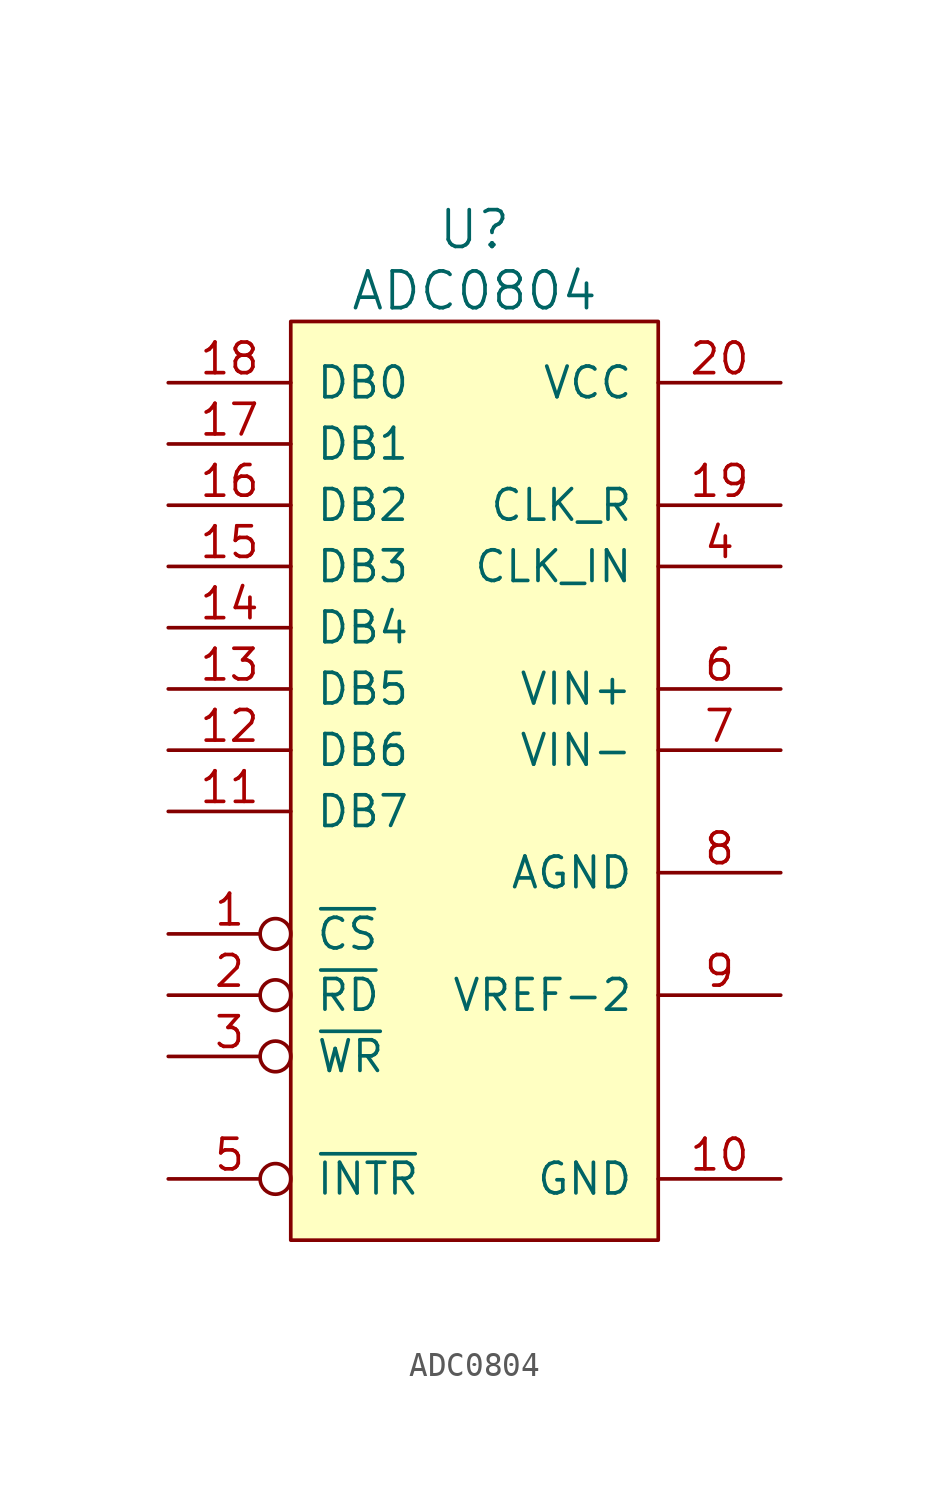
<source format=kicad_sym>
(kicad_symbol_lib
  (version 20211014)
  (generator kicad_symbol_editor)
  (symbol "ADC0804"
    (pin_names
      (offset 1.016))
    (property "Reference" "U"
      (at 0 21.59 0)
      (effects (font (size 1.524 1.524))))
    (property "Value" "ADC0804"
      (at 0 19.05 0)
      (effects (font (size 1.524 1.524))))
    (symbol "ADC0804_0_1"
      (rectangle (start -7.62 17.78) (end 7.62 -20.32) (stroke (width 0) (type default) (color 0 0 0 0)) (fill (type background))))
    (symbol "ADC0804_1_1"
      (pin input inverted (at -12.7 -7.62 0) (length 5.08) (name "~{CS}" (effects (font (size 1.27 1.27)))) (number "1" (effects (font (size 1.27 1.27)))))
      (pin power_in line (at 12.7 -17.78 180) (length 5.08) (name "GND" (effects (font (size 1.27 1.27)))) (number "10" (effects (font (size 1.27 1.27)))))
      (pin bidirectional line (at -12.7 -2.54 0) (length 5.08) (name "DB7" (effects (font (size 1.27 1.27)))) (number "11" (effects (font (size 1.27 1.27)))))
      (pin bidirectional line (at -12.7 0 0) (length 5.08) (name "DB6" (effects (font (size 1.27 1.27)))) (number "12" (effects (font (size 1.27 1.27)))))
      (pin bidirectional line (at -12.7 2.54 0) (length 5.08) (name "DB5" (effects (font (size 1.27 1.27)))) (number "13" (effects (font (size 1.27 1.27)))))
      (pin bidirectional line (at -12.7 5.08 0) (length 5.08) (name "DB4" (effects (font (size 1.27 1.27)))) (number "14" (effects (font (size 1.27 1.27)))))
      (pin bidirectional line (at -12.7 7.62 0) (length 5.08) (name "DB3" (effects (font (size 1.27 1.27)))) (number "15" (effects (font (size 1.27 1.27)))))
      (pin bidirectional line (at -12.7 10.16 0) (length 5.08) (name "DB2" (effects (font (size 1.27 1.27)))) (number "16" (effects (font (size 1.27 1.27)))))
      (pin bidirectional line (at -12.7 12.7 0) (length 5.08) (name "DB1" (effects (font (size 1.27 1.27)))) (number "17" (effects (font (size 1.27 1.27)))))
      (pin bidirectional line (at -12.7 15.24 0) (length 5.08) (name "DB0" (effects (font (size 1.27 1.27)))) (number "18" (effects (font (size 1.27 1.27)))))
      (pin input line (at 12.7 10.16 180) (length 5.08) (name "CLK_R" (effects (font (size 1.27 1.27)))) (number "19" (effects (font (size 1.27 1.27)))))
      (pin input inverted (at -12.7 -10.16 0) (length 5.08) (name "~{RD}" (effects (font (size 1.27 1.27)))) (number "2" (effects (font (size 1.27 1.27)))))
      (pin power_in line (at 12.7 15.24 180) (length 5.08) (name "VCC" (effects (font (size 1.27 1.27)))) (number "20" (effects (font (size 1.27 1.27)))))
      (pin input inverted (at -12.7 -12.7 0) (length 5.08) (name "~{WR}" (effects (font (size 1.27 1.27)))) (number "3" (effects (font (size 1.27 1.27)))))
      (pin input line (at 12.7 7.62 180) (length 5.08) (name "CLK_IN" (effects (font (size 1.27 1.27)))) (number "4" (effects (font (size 1.27 1.27)))))
      (pin output inverted (at -12.7 -17.78 0) (length 5.08) (name "~{INTR}" (effects (font (size 1.27 1.27)))) (number "5" (effects (font (size 1.27 1.27)))))
      (pin input line (at 12.7 2.54 180) (length 5.08) (name "VIN+" (effects (font (size 1.27 1.27)))) (number "6" (effects (font (size 1.27 1.27)))))
      (pin input line (at 12.7 0 180) (length 5.08) (name "VIN-" (effects (font (size 1.27 1.27)))) (number "7" (effects (font (size 1.27 1.27)))))
      (pin input line (at 12.7 -5.08 180) (length 5.08) (name "AGND" (effects (font (size 1.27 1.27)))) (number "8" (effects (font (size 1.27 1.27)))))
      (pin input line (at 12.7 -10.16 180) (length 5.08) (name "VREF-2" (effects (font (size 1.27 1.27)))) (number "9" (effects (font (size 1.27 1.27))))))))
</source>
